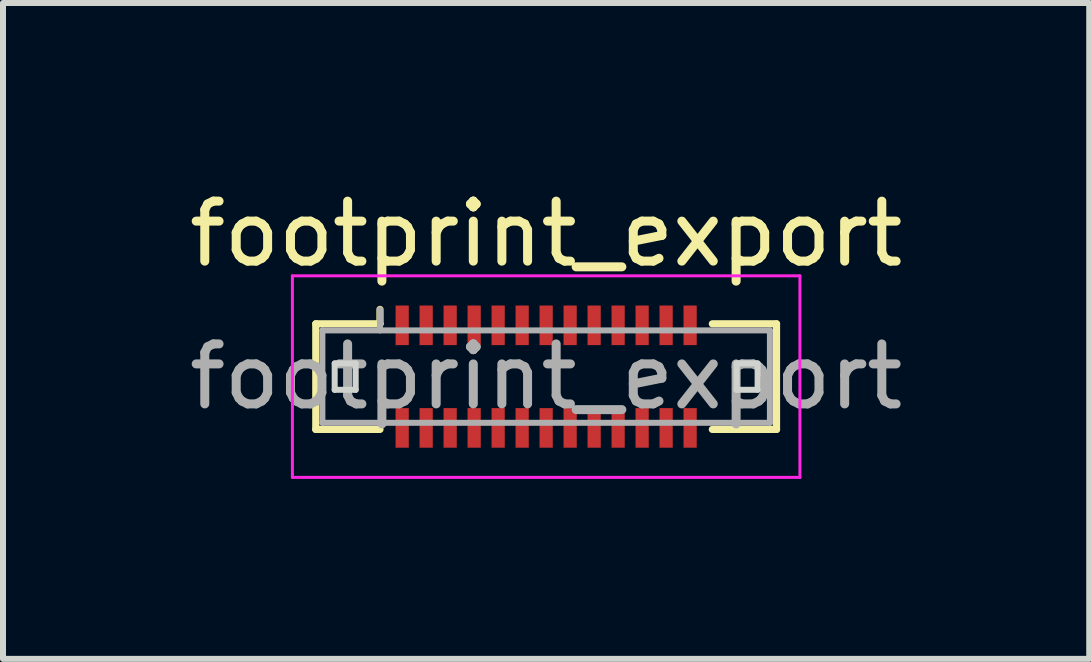
<source format=kicad_pcb>
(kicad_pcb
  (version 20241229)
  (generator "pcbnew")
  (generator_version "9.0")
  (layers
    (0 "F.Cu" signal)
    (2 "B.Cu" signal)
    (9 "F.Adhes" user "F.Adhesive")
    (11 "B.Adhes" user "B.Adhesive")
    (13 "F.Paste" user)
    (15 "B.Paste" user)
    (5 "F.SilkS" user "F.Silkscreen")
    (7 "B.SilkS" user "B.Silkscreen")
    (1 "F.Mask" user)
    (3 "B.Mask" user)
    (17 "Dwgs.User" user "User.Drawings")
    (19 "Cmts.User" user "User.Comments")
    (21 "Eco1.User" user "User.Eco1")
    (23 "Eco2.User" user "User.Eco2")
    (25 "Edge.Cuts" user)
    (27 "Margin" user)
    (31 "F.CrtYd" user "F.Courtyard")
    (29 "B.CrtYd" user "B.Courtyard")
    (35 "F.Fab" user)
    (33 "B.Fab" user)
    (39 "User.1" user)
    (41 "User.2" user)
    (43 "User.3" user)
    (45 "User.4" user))
  (footprint "footprint_export"
    (layer "F.Cu")
    (at 6.054 3.228)
    (property "Reference" "footprint_export" (at 0 -2.38 0) (layer "F.SilkS") (effects (font (size 1 1) (thickness 0.15))))
    (attr smd)
    (fp_line (start -3.84 -0.88) (end -2.77 -0.88) (stroke (width 0.12) (type solid)) (layer "F.SilkS"))
    (fp_line (start -3.84 0.88) (end -3.84 -0.88) (stroke (width 0.12) (type solid)) (layer "F.SilkS"))
    (fp_line (start -2.77 -0.88) (end -2.77 -1.12) (stroke (width 0.12) (type solid)) (layer "F.SilkS"))
    (fp_line (start -2.77 0.88) (end -3.84 0.88) (stroke (width 0.12) (type solid)) (layer "F.SilkS"))
    (fp_line (start 2.77 0.88) (end 3.84 0.88) (stroke (width 0.12) (type solid)) (layer "F.SilkS"))
    (fp_line (start 3.84 -0.88) (end 2.77 -0.88) (stroke (width 0.12) (type solid)) (layer "F.SilkS"))
    (fp_line (start 3.84 0.88) (end 3.84 -0.88) (stroke (width 0.12) (type solid)) (layer "F.SilkS"))
    (fp_line (start -3.525 -0.22) (end -3.525 0.22) (stroke (width 0.1) (type solid)) (layer "Edge.Cuts"))
    (fp_line (start -3.525 0.22) (end -3.175 0.22) (stroke (width 0.1) (type solid)) (layer "Edge.Cuts"))
    (fp_line (start -3.175 -0.22) (end -3.525 -0.22) (stroke (width 0.1) (type solid)) (layer "Edge.Cuts"))
    (fp_line (start -3.175 0.22) (end -3.175 -0.22) (stroke (width 0.1) (type solid)) (layer "Edge.Cuts"))
    (fp_line (start 3.175 -0.22) (end 3.175 0.22) (stroke (width 0.1) (type solid)) (layer "Edge.Cuts"))
    (fp_line (start 3.175 0.22) (end 3.525 0.22) (stroke (width 0.1) (type solid)) (layer "Edge.Cuts"))
    (fp_line (start 3.525 -0.22) (end 3.175 -0.22) (stroke (width 0.1) (type solid)) (layer "Edge.Cuts"))
    (fp_line (start 3.525 0.22) (end 3.525 -0.22) (stroke (width 0.1) (type solid)) (layer "Edge.Cuts"))
    (fp_line (start -4.23 -1.68) (end -4.23 1.68) (stroke (width 0.05) (type solid)) (layer "F.CrtYd"))
    (fp_line (start -4.23 1.68) (end 4.23 1.68) (stroke (width 0.05) (type solid)) (layer "F.CrtYd"))
    (fp_line (start 4.23 -1.68) (end -4.23 -1.68) (stroke (width 0.05) (type solid)) (layer "F.CrtYd"))
    (fp_line (start 4.23 1.68) (end 4.23 -1.68) (stroke (width 0.05) (type solid)) (layer "F.CrtYd"))
    (fp_line (start -3.73 -0.77) (end -3.73 0.77) (stroke (width 0.1) (type solid)) (layer "F.Fab"))
    (fp_line (start -3.73 0.77) (end 3.73 0.77) (stroke (width 0.1) (type solid)) (layer "F.Fab"))
    (fp_line (start -2.77 -0.77) (end -2.77 -1.12) (stroke (width 0.1) (type solid)) (layer "F.Fab"))
    (fp_line (start 3.73 -0.77) (end -3.73 -0.77) (stroke (width 0.1) (type solid)) (layer "F.Fab"))
    (fp_line (start 3.73 0.77) (end 3.73 -0.77) (stroke (width 0.1) (type solid)) (layer "F.Fab"))
    (fp_text user "${REFERENCE}" (at 0 0 0) (layer "F.Fab") (effects (font (size 1 1) (thickness 0.15))))
    (pad "1" smd rect (at -2.4 -0.855) (size 0.22 0.66) (layers "F.Cu" "F.Mask" "F.Paste"))
    (pad "2" smd rect (at -2.4 0.855) (size 0.22 0.66) (layers "F.Cu" "F.Mask" "F.Paste"))
    (pad "3" smd rect (at -2 -0.855) (size 0.22 0.66) (layers "F.Cu" "F.Mask" "F.Paste"))
    (pad "4" smd rect (at -2 0.855) (size 0.22 0.66) (layers "F.Cu" "F.Mask" "F.Paste"))
    (pad "5" smd rect (at -1.6 -0.855) (size 0.22 0.66) (layers "F.Cu" "F.Mask" "F.Paste"))
    (pad "6" smd rect (at -1.6 0.855) (size 0.22 0.66) (layers "F.Cu" "F.Mask" "F.Paste"))
    (pad "7" smd rect (at -1.2 -0.855) (size 0.22 0.66) (layers "F.Cu" "F.Mask" "F.Paste"))
    (pad "8" smd rect (at -1.2 0.855) (size 0.22 0.66) (layers "F.Cu" "F.Mask" "F.Paste"))
    (pad "9" smd rect (at -0.8 -0.855) (size 0.22 0.66) (layers "F.Cu" "F.Mask" "F.Paste"))
    (pad "10" smd rect (at -0.8 0.855) (size 0.22 0.66) (layers "F.Cu" "F.Mask" "F.Paste"))
    (pad "11" smd rect (at -0.4 -0.855) (size 0.22 0.66) (layers "F.Cu" "F.Mask" "F.Paste"))
    (pad "12" smd rect (at -0.4 0.855) (size 0.22 0.66) (layers "F.Cu" "F.Mask" "F.Paste"))
    (pad "13" smd rect (at 0 -0.855) (size 0.22 0.66) (layers "F.Cu" "F.Mask" "F.Paste"))
    (pad "14" smd rect (at 0 0.855) (size 0.22 0.66) (layers "F.Cu" "F.Mask" "F.Paste"))
    (pad "15" smd rect (at 0.4 -0.855) (size 0.22 0.66) (layers "F.Cu" "F.Mask" "F.Paste"))
    (pad "16" smd rect (at 0.4 0.855) (size 0.22 0.66) (layers "F.Cu" "F.Mask" "F.Paste"))
    (pad "17" smd rect (at 0.8 -0.855) (size 0.22 0.66) (layers "F.Cu" "F.Mask" "F.Paste"))
    (pad "18" smd rect (at 0.8 0.855) (size 0.22 0.66) (layers "F.Cu" "F.Mask" "F.Paste"))
    (pad "19" smd rect (at 1.2 -0.855) (size 0.22 0.66) (layers "F.Cu" "F.Mask" "F.Paste"))
    (pad "20" smd rect (at 1.2 0.855) (size 0.22 0.66) (layers "F.Cu" "F.Mask" "F.Paste"))
    (pad "21" smd rect (at 1.6 -0.855) (size 0.22 0.66) (layers "F.Cu" "F.Mask" "F.Paste"))
    (pad "22" smd rect (at 1.6 0.855) (size 0.22 0.66) (layers "F.Cu" "F.Mask" "F.Paste"))
    (pad "23" smd rect (at 2 -0.855) (size 0.22 0.66) (layers "F.Cu" "F.Mask" "F.Paste"))
    (pad "24" smd rect (at 2 0.855) (size 0.22 0.66) (layers "F.Cu" "F.Mask" "F.Paste"))
    (pad "25" smd rect (at 2.4 -0.855) (size 0.22 0.66) (layers "F.Cu" "F.Mask" "F.Paste"))
    (pad "26" smd rect (at 2.4 0.855) (size 0.22 0.66) (layers "F.Cu" "F.Mask" "F.Paste")))
  (gr_rect
    (start -3 -3)
    (end 15.107 7.933)
    (stroke (width 0.1) (type default))
    (fill no)
    (layer "Edge.Cuts")))
</source>
